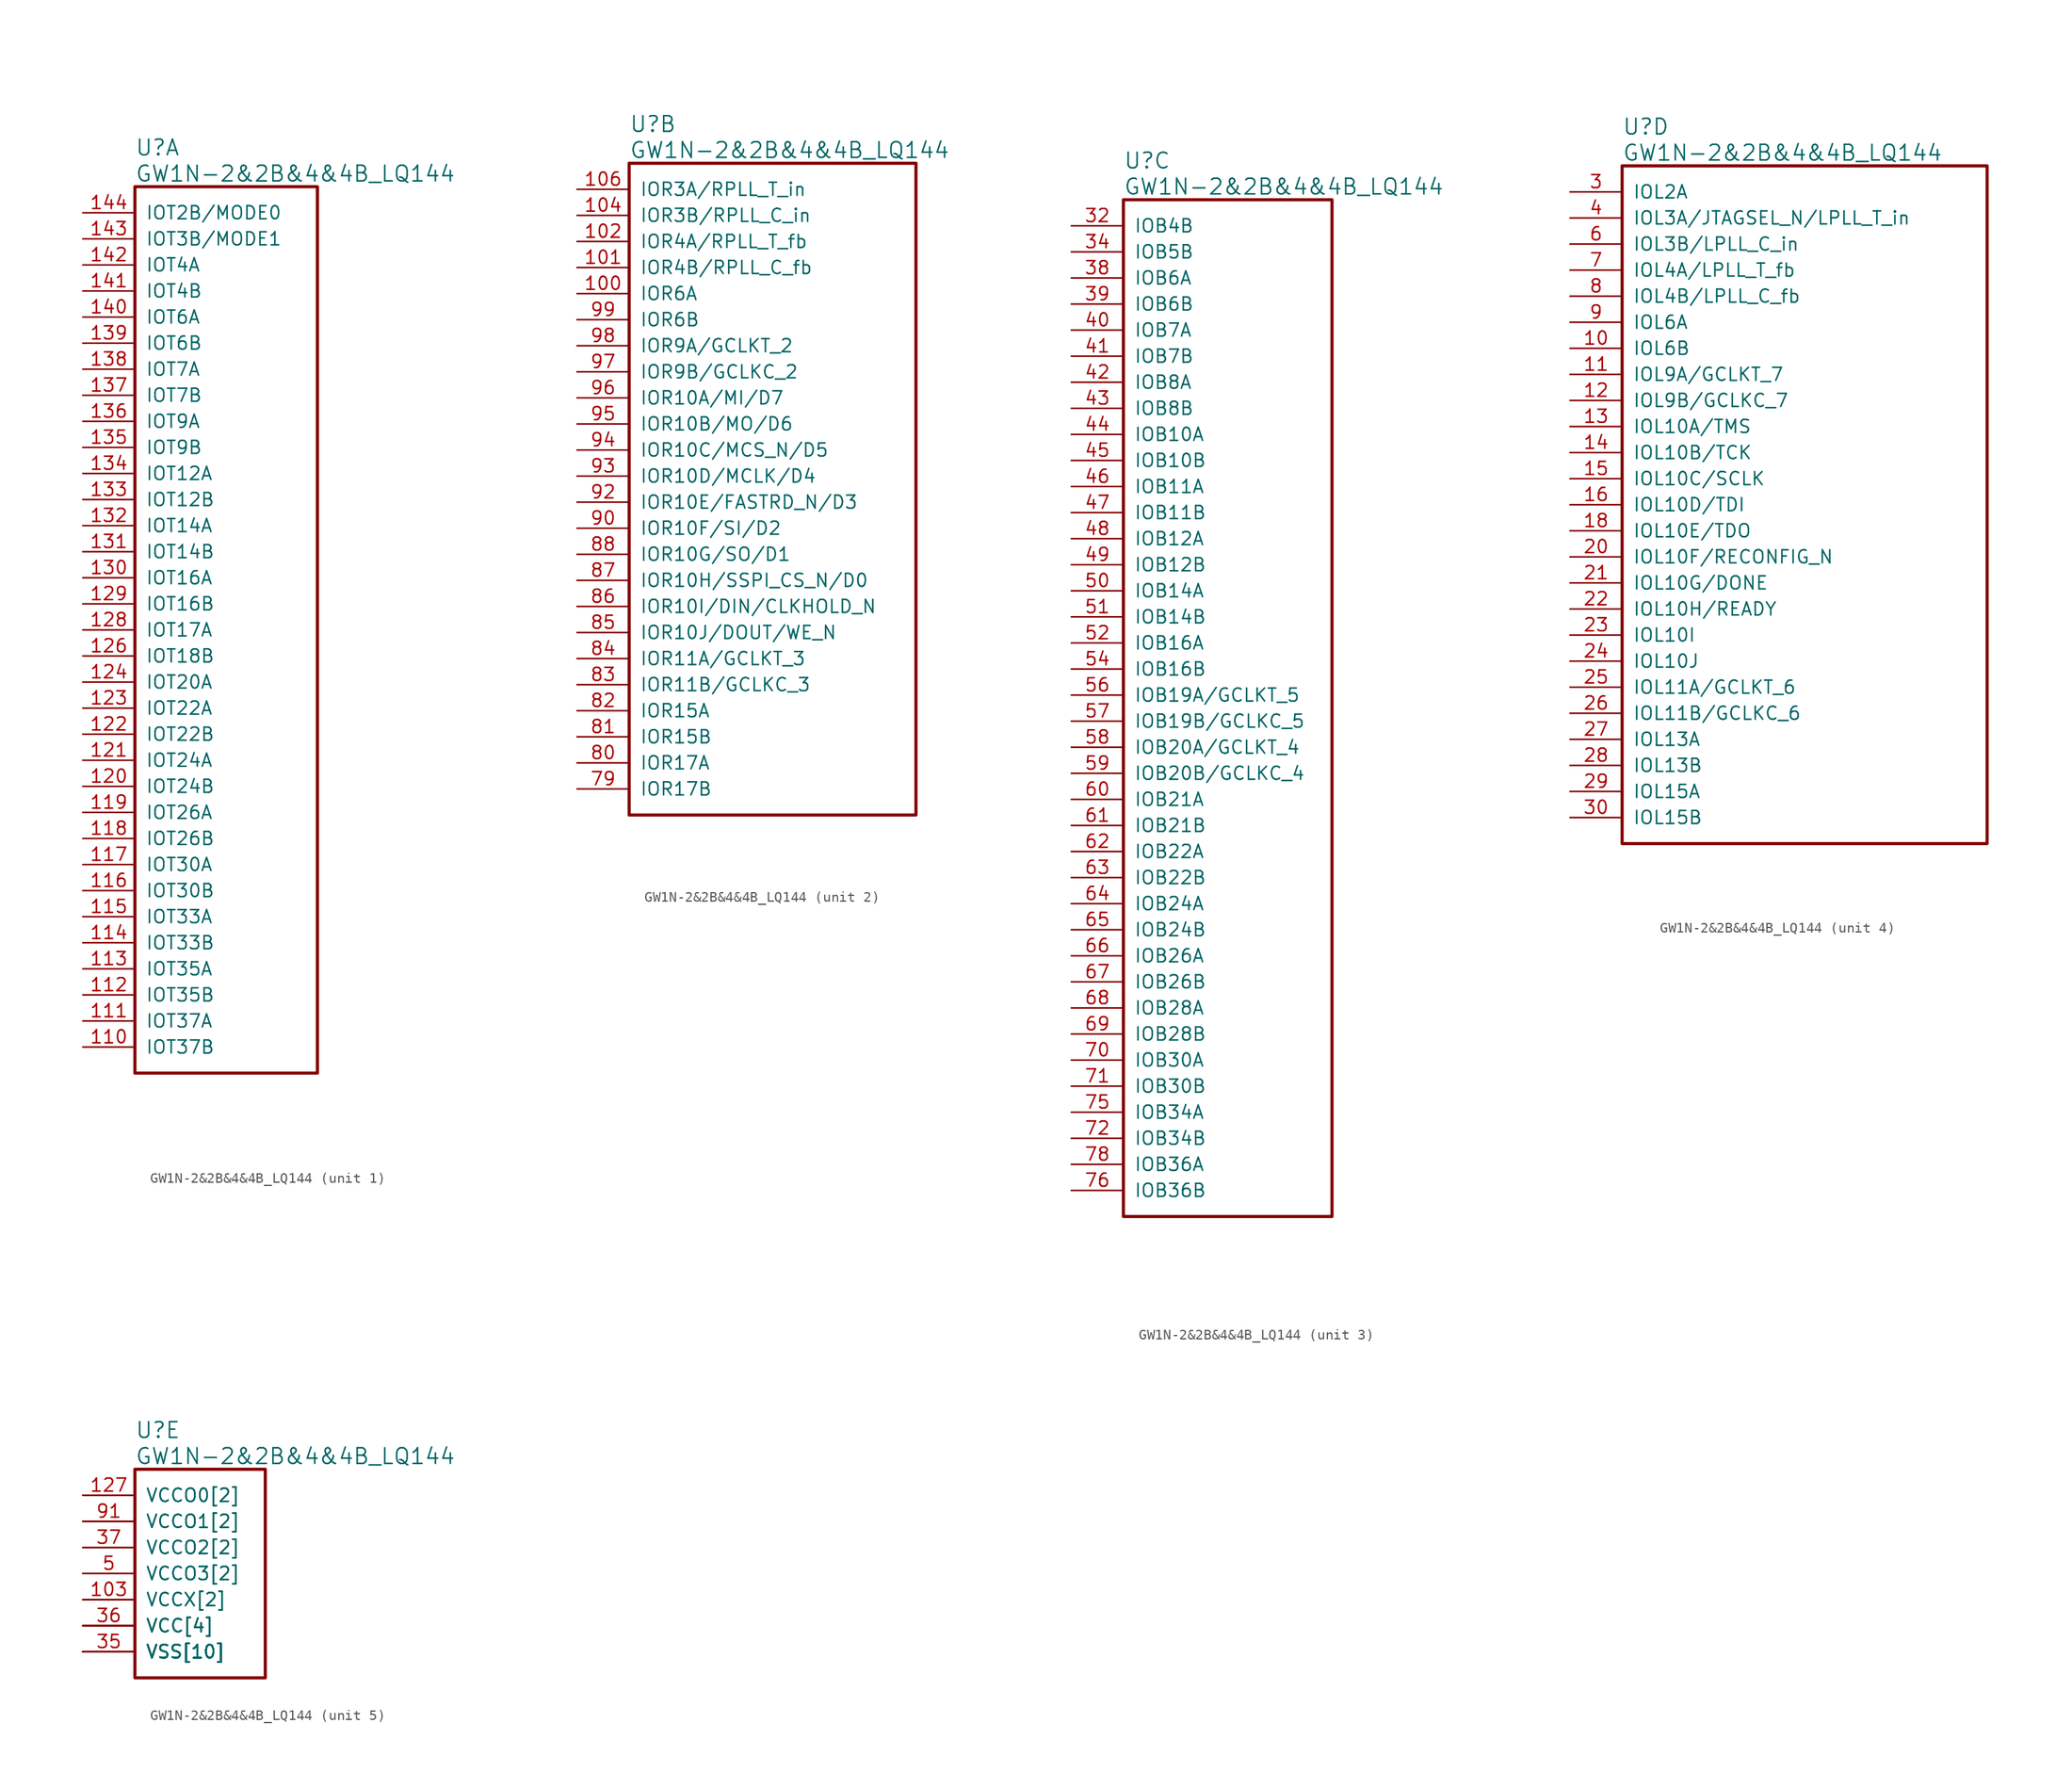
<source format=kicad_sym>
(kicad_symbol_lib
  (version 20241209)
  (generator "kicad_symbol_editor")
  (generator_version "9.0")
  (symbol "GW1N-2&2B&4&4B_LQ144"
    (pin_names
      (offset 1.016))
    (property "Reference" "U"
      (at 5.08 6.35 0)
      (effects (font (size 1.524 1.524)) (justify left)))
    (property "Value" "GW1N-2&2B&4&4B_LQ144"
      (at 5.08 3.81 0)
      (effects (font (size 1.524 1.524)) (justify left)))
    (property "ki_locked" ""
      (at 0 0 0)
      (effects (font (size 1.27 1.27))))
    (symbol "GW1N-2&2B&4&4B_LQ144_1_1"
      (rectangle (start 5.08 2.54) (end 22.86 -83.82) (stroke (width 0.305) (type solid)) (fill (type none)))
      (pin bidirectional line (at 0 0 0) (length 5.08) (name "IOT2B/MODE0" (effects (font (size 1.27 1.27)))) (number "144" (effects (font (size 1.27 1.27)))))
      (pin bidirectional line (at 0 -2.54 0) (length 5.08) (name "IOT3B/MODE1" (effects (font (size 1.27 1.27)))) (number "143" (effects (font (size 1.27 1.27)))))
      (pin bidirectional line (at 0 -5.08 0) (length 5.08) (name "IOT4A" (effects (font (size 1.27 1.27)))) (number "142" (effects (font (size 1.27 1.27)))))
      (pin bidirectional line (at 0 -7.62 0) (length 5.08) (name "IOT4B" (effects (font (size 1.27 1.27)))) (number "141" (effects (font (size 1.27 1.27)))))
      (pin bidirectional line (at 0 -10.16 0) (length 5.08) (name "IOT6A" (effects (font (size 1.27 1.27)))) (number "140" (effects (font (size 1.27 1.27)))))
      (pin bidirectional line (at 0 -12.7 0) (length 5.08) (name "IOT6B" (effects (font (size 1.27 1.27)))) (number "139" (effects (font (size 1.27 1.27)))))
      (pin bidirectional line (at 0 -15.24 0) (length 5.08) (name "IOT7A" (effects (font (size 1.27 1.27)))) (number "138" (effects (font (size 1.27 1.27)))))
      (pin bidirectional line (at 0 -17.78 0) (length 5.08) (name "IOT7B" (effects (font (size 1.27 1.27)))) (number "137" (effects (font (size 1.27 1.27)))))
      (pin bidirectional line (at 0 -20.32 0) (length 5.08) (name "IOT9A" (effects (font (size 1.27 1.27)))) (number "136" (effects (font (size 1.27 1.27)))))
      (pin bidirectional line (at 0 -22.86 0) (length 5.08) (name "IOT9B" (effects (font (size 1.27 1.27)))) (number "135" (effects (font (size 1.27 1.27)))))
      (pin bidirectional line (at 0 -25.4 0) (length 5.08) (name "IOT12A" (effects (font (size 1.27 1.27)))) (number "134" (effects (font (size 1.27 1.27)))))
      (pin bidirectional line (at 0 -27.94 0) (length 5.08) (name "IOT12B" (effects (font (size 1.27 1.27)))) (number "133" (effects (font (size 1.27 1.27)))))
      (pin bidirectional line (at 0 -30.48 0) (length 5.08) (name "IOT14A" (effects (font (size 1.27 1.27)))) (number "132" (effects (font (size 1.27 1.27)))))
      (pin bidirectional line (at 0 -33.02 0) (length 5.08) (name "IOT14B" (effects (font (size 1.27 1.27)))) (number "131" (effects (font (size 1.27 1.27)))))
      (pin bidirectional line (at 0 -35.56 0) (length 5.08) (name "IOT16A" (effects (font (size 1.27 1.27)))) (number "130" (effects (font (size 1.27 1.27)))))
      (pin bidirectional line (at 0 -38.1 0) (length 5.08) (name "IOT16B" (effects (font (size 1.27 1.27)))) (number "129" (effects (font (size 1.27 1.27)))))
      (pin bidirectional line (at 0 -40.64 0) (length 5.08) (name "IOT17A" (effects (font (size 1.27 1.27)))) (number "128" (effects (font (size 1.27 1.27)))))
      (pin bidirectional line (at 0 -43.18 0) (length 5.08) (name "IOT18B" (effects (font (size 1.27 1.27)))) (number "126" (effects (font (size 1.27 1.27)))))
      (pin bidirectional line (at 0 -45.72 0) (length 5.08) (name "IOT20A" (effects (font (size 1.27 1.27)))) (number "124" (effects (font (size 1.27 1.27)))))
      (pin bidirectional line (at 0 -48.26 0) (length 5.08) (name "IOT22A" (effects (font (size 1.27 1.27)))) (number "123" (effects (font (size 1.27 1.27)))))
      (pin bidirectional line (at 0 -50.8 0) (length 5.08) (name "IOT22B" (effects (font (size 1.27 1.27)))) (number "122" (effects (font (size 1.27 1.27)))))
      (pin bidirectional line (at 0 -53.34 0) (length 5.08) (name "IOT24A" (effects (font (size 1.27 1.27)))) (number "121" (effects (font (size 1.27 1.27)))))
      (pin bidirectional line (at 0 -55.88 0) (length 5.08) (name "IOT24B" (effects (font (size 1.27 1.27)))) (number "120" (effects (font (size 1.27 1.27)))))
      (pin bidirectional line (at 0 -58.42 0) (length 5.08) (name "IOT26A" (effects (font (size 1.27 1.27)))) (number "119" (effects (font (size 1.27 1.27)))))
      (pin bidirectional line (at 0 -60.96 0) (length 5.08) (name "IOT26B" (effects (font (size 1.27 1.27)))) (number "118" (effects (font (size 1.27 1.27)))))
      (pin bidirectional line (at 0 -63.5 0) (length 5.08) (name "IOT30A" (effects (font (size 1.27 1.27)))) (number "117" (effects (font (size 1.27 1.27)))))
      (pin bidirectional line (at 0 -66.04 0) (length 5.08) (name "IOT30B" (effects (font (size 1.27 1.27)))) (number "116" (effects (font (size 1.27 1.27)))))
      (pin bidirectional line (at 0 -68.58 0) (length 5.08) (name "IOT33A" (effects (font (size 1.27 1.27)))) (number "115" (effects (font (size 1.27 1.27)))))
      (pin bidirectional line (at 0 -71.12 0) (length 5.08) (name "IOT33B" (effects (font (size 1.27 1.27)))) (number "114" (effects (font (size 1.27 1.27)))))
      (pin bidirectional line (at 0 -73.66 0) (length 5.08) (name "IOT35A" (effects (font (size 1.27 1.27)))) (number "113" (effects (font (size 1.27 1.27)))))
      (pin bidirectional line (at 0 -76.2 0) (length 5.08) (name "IOT35B" (effects (font (size 1.27 1.27)))) (number "112" (effects (font (size 1.27 1.27)))))
      (pin bidirectional line (at 0 -78.74 0) (length 5.08) (name "IOT37A" (effects (font (size 1.27 1.27)))) (number "111" (effects (font (size 1.27 1.27)))))
      (pin bidirectional line (at 0 -81.28 0) (length 5.08) (name "IOT37B" (effects (font (size 1.27 1.27)))) (number "110" (effects (font (size 1.27 1.27))))))
    (symbol "GW1N-2&2B&4&4B_LQ144_2_1"
      (rectangle (start 5.08 2.54) (end 33.02 -60.96) (stroke (width 0.305) (type solid)) (fill (type none)))
      (pin bidirectional line (at 0 0 0) (length 5.08) (name "IOR3A/RPLL_T_in" (effects (font (size 1.27 1.27)))) (number "106" (effects (font (size 1.27 1.27)))))
      (pin bidirectional line (at 0 -2.54 0) (length 5.08) (name "IOR3B/RPLL_C_in" (effects (font (size 1.27 1.27)))) (number "104" (effects (font (size 1.27 1.27)))))
      (pin bidirectional line (at 0 -5.08 0) (length 5.08) (name "IOR4A/RPLL_T_fb" (effects (font (size 1.27 1.27)))) (number "102" (effects (font (size 1.27 1.27)))))
      (pin bidirectional line (at 0 -7.62 0) (length 5.08) (name "IOR4B/RPLL_C_fb" (effects (font (size 1.27 1.27)))) (number "101" (effects (font (size 1.27 1.27)))))
      (pin bidirectional line (at 0 -10.16 0) (length 5.08) (name "IOR6A" (effects (font (size 1.27 1.27)))) (number "100" (effects (font (size 1.27 1.27)))))
      (pin bidirectional line (at 0 -12.7 0) (length 5.08) (name "IOR6B" (effects (font (size 1.27 1.27)))) (number "99" (effects (font (size 1.27 1.27)))))
      (pin bidirectional line (at 0 -15.24 0) (length 5.08) (name "IOR9A/GCLKT_2" (effects (font (size 1.27 1.27)))) (number "98" (effects (font (size 1.27 1.27)))))
      (pin bidirectional line (at 0 -17.78 0) (length 5.08) (name "IOR9B/GCLKC_2" (effects (font (size 1.27 1.27)))) (number "97" (effects (font (size 1.27 1.27)))))
      (pin bidirectional line (at 0 -20.32 0) (length 5.08) (name "IOR10A/MI/D7" (effects (font (size 1.27 1.27)))) (number "96" (effects (font (size 1.27 1.27)))))
      (pin bidirectional line (at 0 -22.86 0) (length 5.08) (name "IOR10B/MO/D6" (effects (font (size 1.27 1.27)))) (number "95" (effects (font (size 1.27 1.27)))))
      (pin bidirectional line (at 0 -25.4 0) (length 5.08) (name "IOR10C/MCS_N/D5" (effects (font (size 1.27 1.27)))) (number "94" (effects (font (size 1.27 1.27)))))
      (pin bidirectional line (at 0 -27.94 0) (length 5.08) (name "IOR10D/MCLK/D4" (effects (font (size 1.27 1.27)))) (number "93" (effects (font (size 1.27 1.27)))))
      (pin bidirectional line (at 0 -30.48 0) (length 5.08) (name "IOR10E/FASTRD_N/D3" (effects (font (size 1.27 1.27)))) (number "92" (effects (font (size 1.27 1.27)))))
      (pin bidirectional line (at 0 -33.02 0) (length 5.08) (name "IOR10F/SI/D2" (effects (font (size 1.27 1.27)))) (number "90" (effects (font (size 1.27 1.27)))))
      (pin bidirectional line (at 0 -35.56 0) (length 5.08) (name "IOR10G/SO/D1" (effects (font (size 1.27 1.27)))) (number "88" (effects (font (size 1.27 1.27)))))
      (pin bidirectional line (at 0 -38.1 0) (length 5.08) (name "IOR10H/SSPI_CS_N/D0" (effects (font (size 1.27 1.27)))) (number "87" (effects (font (size 1.27 1.27)))))
      (pin bidirectional line (at 0 -40.64 0) (length 5.08) (name "IOR10I/DIN/CLKHOLD_N" (effects (font (size 1.27 1.27)))) (number "86" (effects (font (size 1.27 1.27)))))
      (pin bidirectional line (at 0 -43.18 0) (length 5.08) (name "IOR10J/DOUT/WE_N" (effects (font (size 1.27 1.27)))) (number "85" (effects (font (size 1.27 1.27)))))
      (pin bidirectional line (at 0 -45.72 0) (length 5.08) (name "IOR11A/GCLKT_3" (effects (font (size 1.27 1.27)))) (number "84" (effects (font (size 1.27 1.27)))))
      (pin bidirectional line (at 0 -48.26 0) (length 5.08) (name "IOR11B/GCLKC_3" (effects (font (size 1.27 1.27)))) (number "83" (effects (font (size 1.27 1.27)))))
      (pin bidirectional line (at 0 -50.8 0) (length 5.08) (name "IOR15A" (effects (font (size 1.27 1.27)))) (number "82" (effects (font (size 1.27 1.27)))))
      (pin bidirectional line (at 0 -53.34 0) (length 5.08) (name "IOR15B" (effects (font (size 1.27 1.27)))) (number "81" (effects (font (size 1.27 1.27)))))
      (pin bidirectional line (at 0 -55.88 0) (length 5.08) (name "IOR17A" (effects (font (size 1.27 1.27)))) (number "80" (effects (font (size 1.27 1.27)))))
      (pin bidirectional line (at 0 -58.42 0) (length 5.08) (name "IOR17B" (effects (font (size 1.27 1.27)))) (number "79" (effects (font (size 1.27 1.27))))))
    (symbol "GW1N-2&2B&4&4B_LQ144_3_1"
      (rectangle (start 5.08 2.54) (end 25.4 -96.52) (stroke (width 0.305) (type solid)) (fill (type none)))
      (pin bidirectional line (at 0 0 0) (length 5.08) (name "IOB4B" (effects (font (size 1.27 1.27)))) (number "32" (effects (font (size 1.27 1.27)))))
      (pin bidirectional line (at 0 -2.54 0) (length 5.08) (name "IOB5B" (effects (font (size 1.27 1.27)))) (number "34" (effects (font (size 1.27 1.27)))))
      (pin bidirectional line (at 0 -5.08 0) (length 5.08) (name "IOB6A" (effects (font (size 1.27 1.27)))) (number "38" (effects (font (size 1.27 1.27)))))
      (pin bidirectional line (at 0 -7.62 0) (length 5.08) (name "IOB6B" (effects (font (size 1.27 1.27)))) (number "39" (effects (font (size 1.27 1.27)))))
      (pin bidirectional line (at 0 -10.16 0) (length 5.08) (name "IOB7A" (effects (font (size 1.27 1.27)))) (number "40" (effects (font (size 1.27 1.27)))))
      (pin bidirectional line (at 0 -12.7 0) (length 5.08) (name "IOB7B" (effects (font (size 1.27 1.27)))) (number "41" (effects (font (size 1.27 1.27)))))
      (pin bidirectional line (at 0 -15.24 0) (length 5.08) (name "IOB8A" (effects (font (size 1.27 1.27)))) (number "42" (effects (font (size 1.27 1.27)))))
      (pin bidirectional line (at 0 -17.78 0) (length 5.08) (name "IOB8B" (effects (font (size 1.27 1.27)))) (number "43" (effects (font (size 1.27 1.27)))))
      (pin bidirectional line (at 0 -20.32 0) (length 5.08) (name "IOB10A" (effects (font (size 1.27 1.27)))) (number "44" (effects (font (size 1.27 1.27)))))
      (pin bidirectional line (at 0 -22.86 0) (length 5.08) (name "IOB10B" (effects (font (size 1.27 1.27)))) (number "45" (effects (font (size 1.27 1.27)))))
      (pin bidirectional line (at 0 -25.4 0) (length 5.08) (name "IOB11A" (effects (font (size 1.27 1.27)))) (number "46" (effects (font (size 1.27 1.27)))))
      (pin bidirectional line (at 0 -27.94 0) (length 5.08) (name "IOB11B" (effects (font (size 1.27 1.27)))) (number "47" (effects (font (size 1.27 1.27)))))
      (pin bidirectional line (at 0 -30.48 0) (length 5.08) (name "IOB12A" (effects (font (size 1.27 1.27)))) (number "48" (effects (font (size 1.27 1.27)))))
      (pin bidirectional line (at 0 -33.02 0) (length 5.08) (name "IOB12B" (effects (font (size 1.27 1.27)))) (number "49" (effects (font (size 1.27 1.27)))))
      (pin bidirectional line (at 0 -35.56 0) (length 5.08) (name "IOB14A" (effects (font (size 1.27 1.27)))) (number "50" (effects (font (size 1.27 1.27)))))
      (pin bidirectional line (at 0 -38.1 0) (length 5.08) (name "IOB14B" (effects (font (size 1.27 1.27)))) (number "51" (effects (font (size 1.27 1.27)))))
      (pin bidirectional line (at 0 -40.64 0) (length 5.08) (name "IOB16A" (effects (font (size 1.27 1.27)))) (number "52" (effects (font (size 1.27 1.27)))))
      (pin bidirectional line (at 0 -43.18 0) (length 5.08) (name "IOB16B" (effects (font (size 1.27 1.27)))) (number "54" (effects (font (size 1.27 1.27)))))
      (pin bidirectional line (at 0 -45.72 0) (length 5.08) (name "IOB19A/GCLKT_5" (effects (font (size 1.27 1.27)))) (number "56" (effects (font (size 1.27 1.27)))))
      (pin bidirectional line (at 0 -48.26 0) (length 5.08) (name "IOB19B/GCLKC_5" (effects (font (size 1.27 1.27)))) (number "57" (effects (font (size 1.27 1.27)))))
      (pin bidirectional line (at 0 -50.8 0) (length 5.08) (name "IOB20A/GCLKT_4" (effects (font (size 1.27 1.27)))) (number "58" (effects (font (size 1.27 1.27)))))
      (pin bidirectional line (at 0 -53.34 0) (length 5.08) (name "IOB20B/GCLKC_4" (effects (font (size 1.27 1.27)))) (number "59" (effects (font (size 1.27 1.27)))))
      (pin bidirectional line (at 0 -55.88 0) (length 5.08) (name "IOB21A" (effects (font (size 1.27 1.27)))) (number "60" (effects (font (size 1.27 1.27)))))
      (pin bidirectional line (at 0 -58.42 0) (length 5.08) (name "IOB21B" (effects (font (size 1.27 1.27)))) (number "61" (effects (font (size 1.27 1.27)))))
      (pin bidirectional line (at 0 -60.96 0) (length 5.08) (name "IOB22A" (effects (font (size 1.27 1.27)))) (number "62" (effects (font (size 1.27 1.27)))))
      (pin bidirectional line (at 0 -63.5 0) (length 5.08) (name "IOB22B" (effects (font (size 1.27 1.27)))) (number "63" (effects (font (size 1.27 1.27)))))
      (pin bidirectional line (at 0 -66.04 0) (length 5.08) (name "IOB24A" (effects (font (size 1.27 1.27)))) (number "64" (effects (font (size 1.27 1.27)))))
      (pin bidirectional line (at 0 -68.58 0) (length 5.08) (name "IOB24B" (effects (font (size 1.27 1.27)))) (number "65" (effects (font (size 1.27 1.27)))))
      (pin bidirectional line (at 0 -71.12 0) (length 5.08) (name "IOB26A" (effects (font (size 1.27 1.27)))) (number "66" (effects (font (size 1.27 1.27)))))
      (pin bidirectional line (at 0 -73.66 0) (length 5.08) (name "IOB26B" (effects (font (size 1.27 1.27)))) (number "67" (effects (font (size 1.27 1.27)))))
      (pin bidirectional line (at 0 -76.2 0) (length 5.08) (name "IOB28A" (effects (font (size 1.27 1.27)))) (number "68" (effects (font (size 1.27 1.27)))))
      (pin bidirectional line (at 0 -78.74 0) (length 5.08) (name "IOB28B" (effects (font (size 1.27 1.27)))) (number "69" (effects (font (size 1.27 1.27)))))
      (pin bidirectional line (at 0 -81.28 0) (length 5.08) (name "IOB30A" (effects (font (size 1.27 1.27)))) (number "70" (effects (font (size 1.27 1.27)))))
      (pin bidirectional line (at 0 -83.82 0) (length 5.08) (name "IOB30B" (effects (font (size 1.27 1.27)))) (number "71" (effects (font (size 1.27 1.27)))))
      (pin bidirectional line (at 0 -86.36 0) (length 5.08) (name "IOB34A" (effects (font (size 1.27 1.27)))) (number "75" (effects (font (size 1.27 1.27)))))
      (pin bidirectional line (at 0 -88.9 0) (length 5.08) (name "IOB34B" (effects (font (size 1.27 1.27)))) (number "72" (effects (font (size 1.27 1.27)))))
      (pin bidirectional line (at 0 -91.44 0) (length 5.08) (name "IOB36A" (effects (font (size 1.27 1.27)))) (number "78" (effects (font (size 1.27 1.27)))))
      (pin bidirectional line (at 0 -93.98 0) (length 5.08) (name "IOB36B" (effects (font (size 1.27 1.27)))) (number "76" (effects (font (size 1.27 1.27))))))
    (symbol "GW1N-2&2B&4&4B_LQ144_4_1"
      (rectangle (start 5.08 2.54) (end 40.64 -63.5) (stroke (width 0.305) (type solid)) (fill (type none)))
      (pin bidirectional line (at 0 0 0) (length 5.08) (name "IOL2A" (effects (font (size 1.27 1.27)))) (number "3" (effects (font (size 1.27 1.27)))))
      (pin bidirectional line (at 0 -2.54 0) (length 5.08) (name "IOL3A/JTAGSEL_N/LPLL_T_in" (effects (font (size 1.27 1.27)))) (number "4" (effects (font (size 1.27 1.27)))))
      (pin bidirectional line (at 0 -5.08 0) (length 5.08) (name "IOL3B/LPLL_C_in" (effects (font (size 1.27 1.27)))) (number "6" (effects (font (size 1.27 1.27)))))
      (pin bidirectional line (at 0 -7.62 0) (length 5.08) (name "IOL4A/LPLL_T_fb" (effects (font (size 1.27 1.27)))) (number "7" (effects (font (size 1.27 1.27)))))
      (pin bidirectional line (at 0 -10.16 0) (length 5.08) (name "IOL4B/LPLL_C_fb" (effects (font (size 1.27 1.27)))) (number "8" (effects (font (size 1.27 1.27)))))
      (pin bidirectional line (at 0 -12.7 0) (length 5.08) (name "IOL6A" (effects (font (size 1.27 1.27)))) (number "9" (effects (font (size 1.27 1.27)))))
      (pin bidirectional line (at 0 -15.24 0) (length 5.08) (name "IOL6B" (effects (font (size 1.27 1.27)))) (number "10" (effects (font (size 1.27 1.27)))))
      (pin bidirectional line (at 0 -17.78 0) (length 5.08) (name "IOL9A/GCLKT_7" (effects (font (size 1.27 1.27)))) (number "11" (effects (font (size 1.27 1.27)))))
      (pin bidirectional line (at 0 -20.32 0) (length 5.08) (name "IOL9B/GCLKC_7" (effects (font (size 1.27 1.27)))) (number "12" (effects (font (size 1.27 1.27)))))
      (pin bidirectional line (at 0 -22.86 0) (length 5.08) (name "IOL10A/TMS" (effects (font (size 1.27 1.27)))) (number "13" (effects (font (size 1.27 1.27)))))
      (pin bidirectional line (at 0 -25.4 0) (length 5.08) (name "IOL10B/TCK" (effects (font (size 1.27 1.27)))) (number "14" (effects (font (size 1.27 1.27)))))
      (pin bidirectional line (at 0 -27.94 0) (length 5.08) (name "IOL10C/SCLK" (effects (font (size 1.27 1.27)))) (number "15" (effects (font (size 1.27 1.27)))))
      (pin bidirectional line (at 0 -30.48 0) (length 5.08) (name "IOL10D/TDI" (effects (font (size 1.27 1.27)))) (number "16" (effects (font (size 1.27 1.27)))))
      (pin bidirectional line (at 0 -33.02 0) (length 5.08) (name "IOL10E/TDO" (effects (font (size 1.27 1.27)))) (number "18" (effects (font (size 1.27 1.27)))))
      (pin bidirectional line (at 0 -35.56 0) (length 5.08) (name "IOL10F/RECONFIG_N" (effects (font (size 1.27 1.27)))) (number "20" (effects (font (size 1.27 1.27)))))
      (pin bidirectional line (at 0 -38.1 0) (length 5.08) (name "IOL10G/DONE" (effects (font (size 1.27 1.27)))) (number "21" (effects (font (size 1.27 1.27)))))
      (pin bidirectional line (at 0 -40.64 0) (length 5.08) (name "IOL10H/READY" (effects (font (size 1.27 1.27)))) (number "22" (effects (font (size 1.27 1.27)))))
      (pin bidirectional line (at 0 -43.18 0) (length 5.08) (name "IOL10I" (effects (font (size 1.27 1.27)))) (number "23" (effects (font (size 1.27 1.27)))))
      (pin bidirectional line (at 0 -45.72 0) (length 5.08) (name "IOL10J" (effects (font (size 1.27 1.27)))) (number "24" (effects (font (size 1.27 1.27)))))
      (pin bidirectional line (at 0 -48.26 0) (length 5.08) (name "IOL11A/GCLKT_6" (effects (font (size 1.27 1.27)))) (number "25" (effects (font (size 1.27 1.27)))))
      (pin bidirectional line (at 0 -50.8 0) (length 5.08) (name "IOL11B/GCLKC_6" (effects (font (size 1.27 1.27)))) (number "26" (effects (font (size 1.27 1.27)))))
      (pin bidirectional line (at 0 -53.34 0) (length 5.08) (name "IOL13A" (effects (font (size 1.27 1.27)))) (number "27" (effects (font (size 1.27 1.27)))))
      (pin bidirectional line (at 0 -55.88 0) (length 5.08) (name "IOL13B" (effects (font (size 1.27 1.27)))) (number "28" (effects (font (size 1.27 1.27)))))
      (pin bidirectional line (at 0 -58.42 0) (length 5.08) (name "IOL15A" (effects (font (size 1.27 1.27)))) (number "29" (effects (font (size 1.27 1.27)))))
      (pin bidirectional line (at 0 -60.96 0) (length 5.08) (name "IOL15B" (effects (font (size 1.27 1.27)))) (number "30" (effects (font (size 1.27 1.27))))))
    (symbol "GW1N-2&2B&4&4B_LQ144_5_1"
      (rectangle (start 5.08 2.54) (end 17.78 -17.78) (stroke (width 0.305) (type solid)) (fill (type none)))
      (pin power_in line (at 0 0 0) (length 5.08) (name "VCCO0[2]" (effects (font (size 1.27 1.27)))) (number "109" (effects (font (size 0 0)))))
      (pin power_in line (at 0 0 0) (length 5.08) (name "VCCO0[2]" (effects (font (size 1.27 1.27)))) (number "127" (effects (font (size 1.27 1.27)))))
      (pin power_in line (at 0 -2.54 0) (length 5.08) (name "VCCO1[2]" (effects (font (size 1.27 1.27)))) (number "77" (effects (font (size 0 0)))))
      (pin power_in line (at 0 -2.54 0) (length 5.08) (name "VCCO1[2]" (effects (font (size 1.27 1.27)))) (number "91" (effects (font (size 1.27 1.27)))))
      (pin power_in line (at 0 -5.08 0) (length 5.08) (name "VCCO2[2]" (effects (font (size 1.27 1.27)))) (number "37" (effects (font (size 1.27 1.27)))))
      (pin power_in line (at 0 -5.08 0) (length 5.08) (name "VCCO2[2]" (effects (font (size 1.27 1.27)))) (number "55" (effects (font (size 0 0)))))
      (pin power_in line (at 0 -7.62 0) (length 5.08) (name "VCCO3[2]" (effects (font (size 1.27 1.27)))) (number "19" (effects (font (size 0 0)))))
      (pin power_in line (at 0 -7.62 0) (length 5.08) (name "VCCO3[2]" (effects (font (size 1.27 1.27)))) (number "5" (effects (font (size 1.27 1.27)))))
      (pin power_in line (at 0 -10.16 0) (length 5.08) (name "VCCX[2]" (effects (font (size 1.27 1.27)))) (number "103" (effects (font (size 1.27 1.27)))))
      (pin power_in line (at 0 -10.16 0) (length 5.08) (name "VCCX[2]" (effects (font (size 1.27 1.27)))) (number "31" (effects (font (size 0 0)))))
      (pin power_in line (at 0 -12.7 0) (length 5.08) (name "VCC[4]" (effects (font (size 1.27 1.27)))) (number "1" (effects (font (size 0 0)))))
      (pin power_in line (at 0 -12.7 0) (length 5.08) (name "VCC[4]" (effects (font (size 1.27 1.27)))) (number "108" (effects (font (size 0 0)))))
      (pin power_in line (at 0 -12.7 0) (length 5.08) (name "VCC[4]" (effects (font (size 1.27 1.27)))) (number "36" (effects (font (size 1.27 1.27)))))
      (pin power_in line (at 0 -12.7 0) (length 5.08) (name "VCC[4]" (effects (font (size 1.27 1.27)))) (number "73" (effects (font (size 0 0)))))
      (pin power_in line (at 0 -15.24 0) (length 5.08) (name "VSS[10]" (effects (font (size 1.27 1.27)))) (number "105" (effects (font (size 0 0)))))
      (pin power_in line (at 0 -15.24 0) (length 5.08) (name "VSS[10]" (effects (font (size 1.27 1.27)))) (number "107" (effects (font (size 0 0)))))
      (pin power_in line (at 0 -15.24 0) (length 5.08) (name "VSS[10]" (effects (font (size 1.27 1.27)))) (number "125" (effects (font (size 0 0)))))
      (pin power_in line (at 0 -15.24 0) (length 5.08) (name "VSS[10]" (effects (font (size 1.27 1.27)))) (number "17" (effects (font (size 0 0)))))
      (pin power_in line (at 0 -15.24 0) (length 5.08) (name "VSS[10]" (effects (font (size 1.27 1.27)))) (number "2" (effects (font (size 0 0)))))
      (pin power_in line (at 0 -15.24 0) (length 5.08) (name "VSS[10]" (effects (font (size 1.27 1.27)))) (number "33" (effects (font (size 0 0)))))
      (pin power_in line (at 0 -15.24 0) (length 5.08) (name "VSS[10]" (effects (font (size 1.27 1.27)))) (number "35" (effects (font (size 1.27 1.27)))))
      (pin power_in line (at 0 -15.24 0) (length 5.08) (name "VSS[10]" (effects (font (size 1.27 1.27)))) (number "53" (effects (font (size 0 0)))))
      (pin power_in line (at 0 -15.24 0) (length 5.08) (name "VSS[10]" (effects (font (size 1.27 1.27)))) (number "74" (effects (font (size 0 0)))))
      (pin power_in line (at 0 -15.24 0) (length 5.08) (name "VSS[10]" (effects (font (size 1.27 1.27)))) (number "89" (effects (font (size 0 0))))))))
</source>
